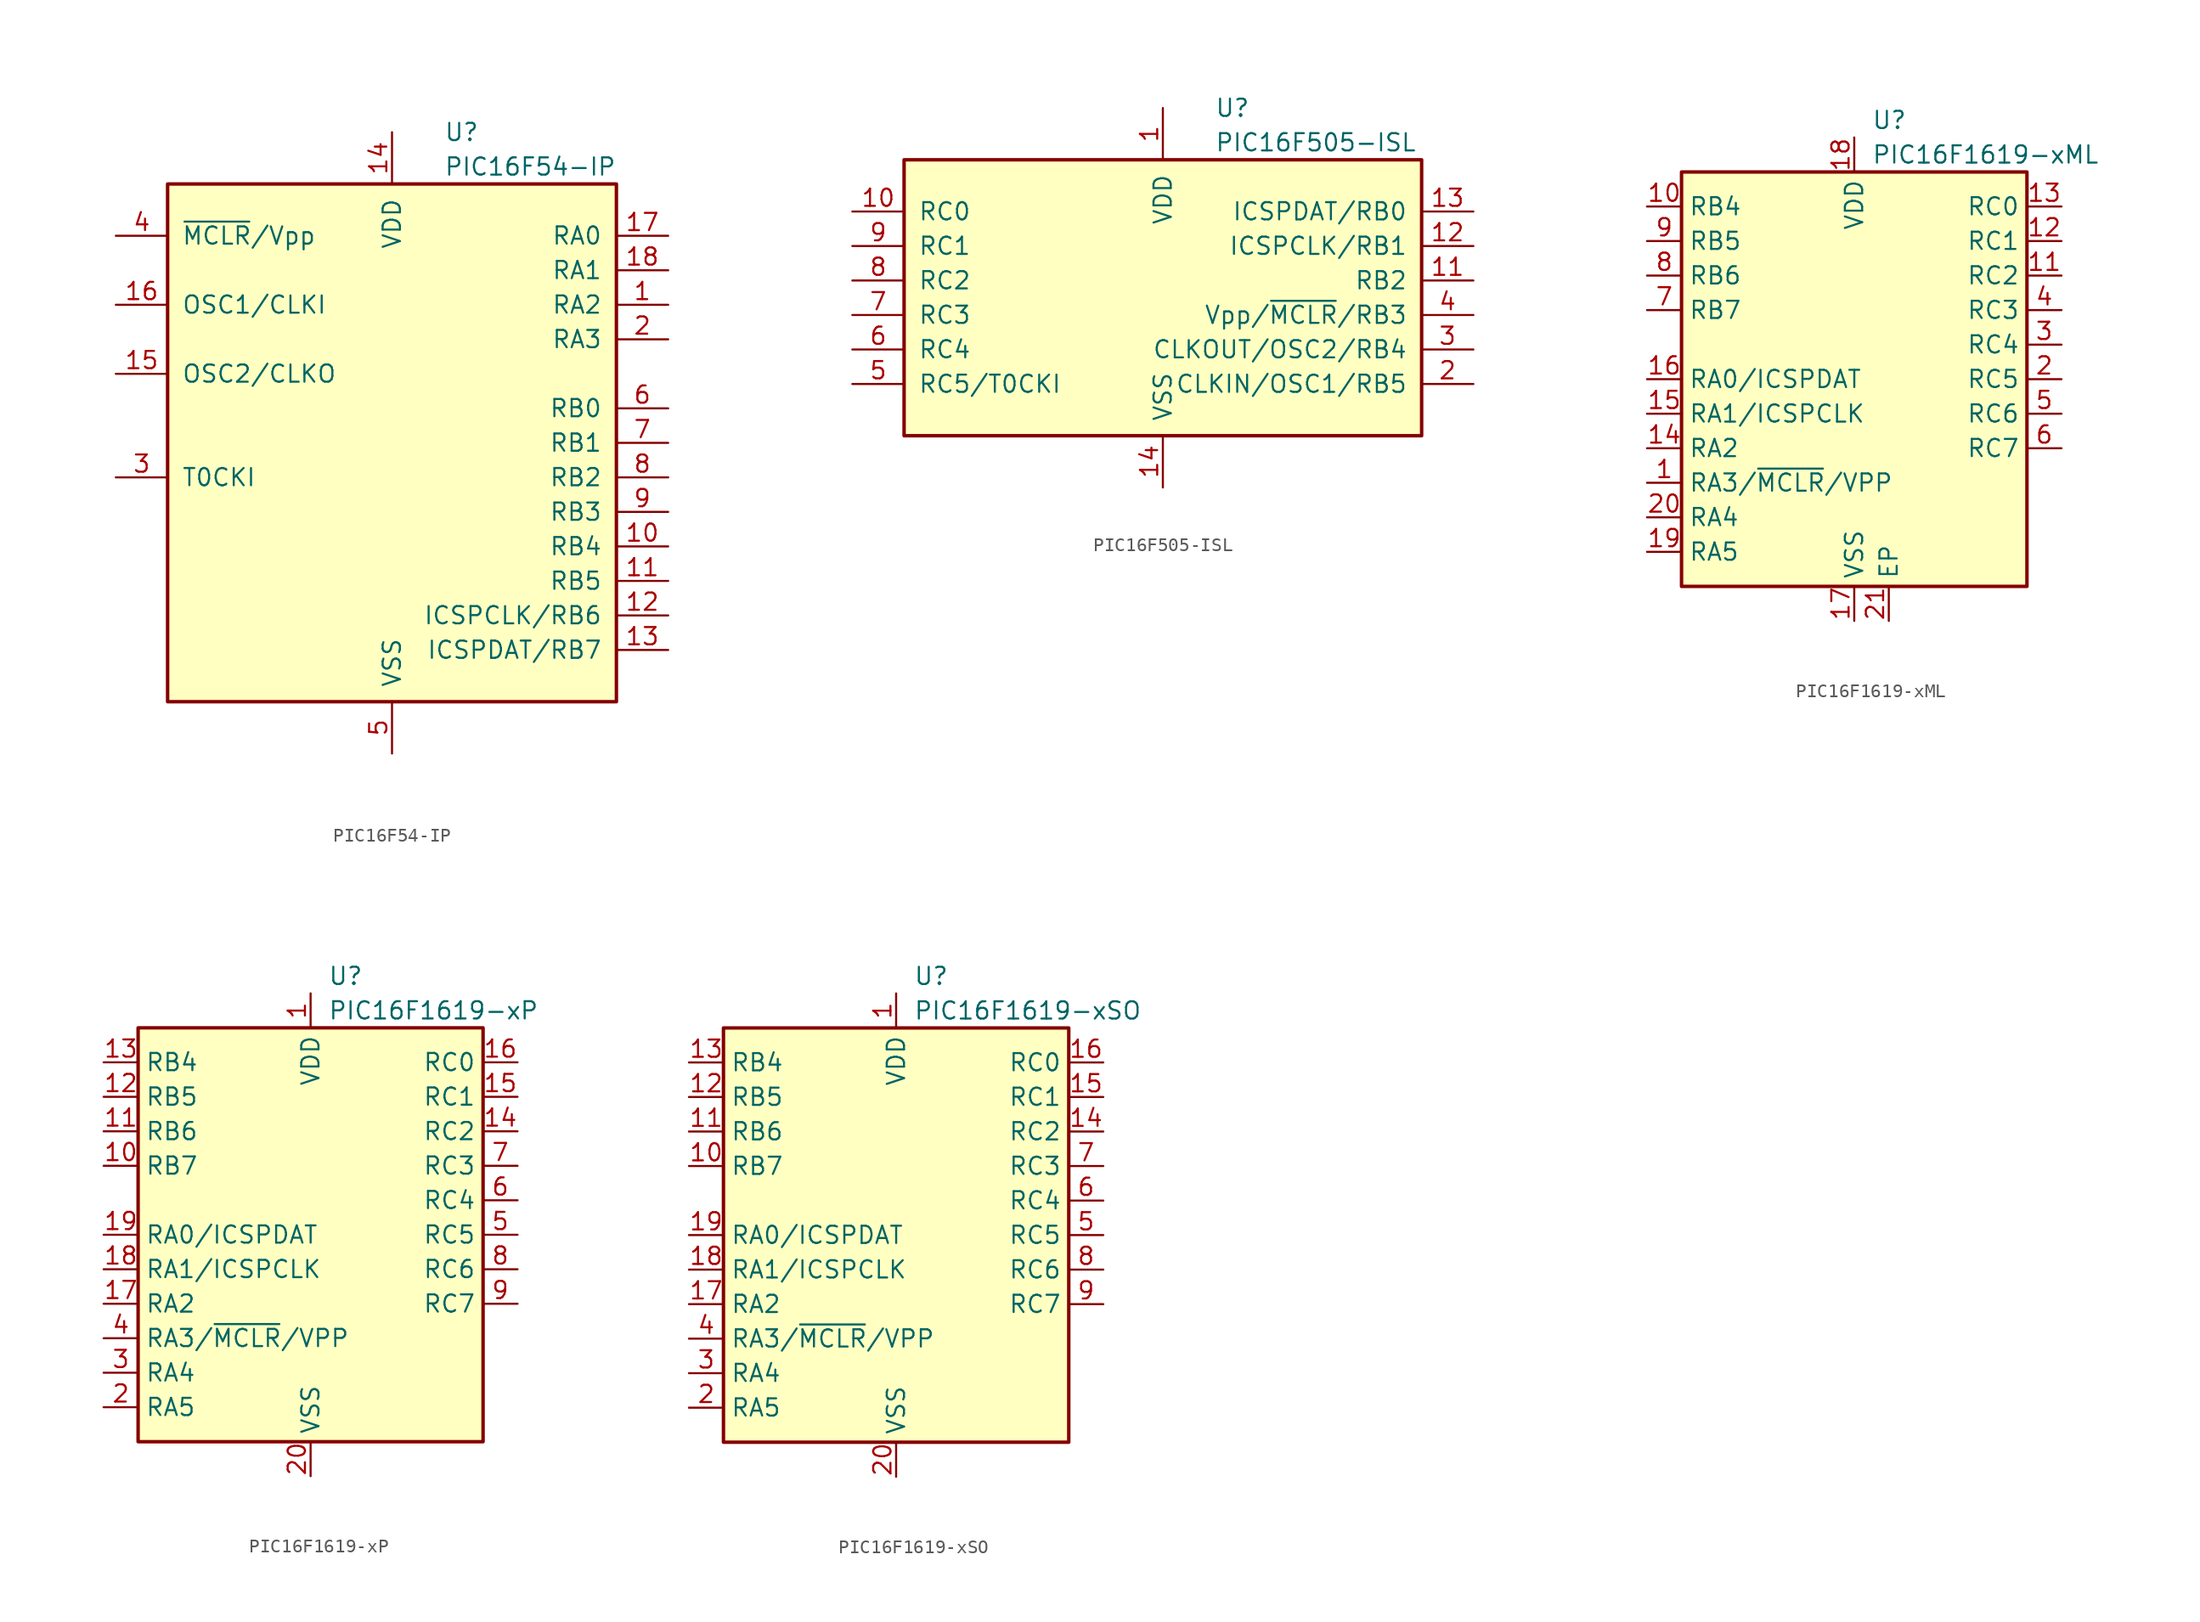
<source format=kicad_sym>
(kicad_symbol_lib
  (version 20220914)
  (generator kicad_symbol_editor)
  (symbol "PIC16F54-IP"
    (pin_names
      (offset 1.016))
    (property "Reference" "U"
      (at 3.81 22.86 0)
      (effects (font (size 1.27 1.27)) (justify left)))
    (property "Value" "PIC16F54-IP"
      (at 3.81 20.32 0)
      (effects (font (size 1.27 1.27)) (justify left)))
    (symbol "PIC16F54-IP_0_1"
      (rectangle (start -16.51 19.05) (end 16.51 -19.05) (stroke (width 0.254) (type default)) (fill (type background))))
    (symbol "PIC16F54-IP_1_1"
      (pin bidirectional line (at 20.32 10.16 180) (length 3.81) (name "RA2" (effects (font (size 1.27 1.27)))) (number "1" (effects (font (size 1.27 1.27)))))
      (pin bidirectional line (at 20.32 -7.62 180) (length 3.81) (name "RB4" (effects (font (size 1.27 1.27)))) (number "10" (effects (font (size 1.27 1.27)))))
      (pin bidirectional line (at 20.32 -10.16 180) (length 3.81) (name "RB5" (effects (font (size 1.27 1.27)))) (number "11" (effects (font (size 1.27 1.27)))))
      (pin bidirectional line (at 20.32 -12.7 180) (length 3.81) (name "ICSPCLK/RB6" (effects (font (size 1.27 1.27)))) (number "12" (effects (font (size 1.27 1.27)))))
      (pin bidirectional line (at 20.32 -15.24 180) (length 3.81) (name "ICSPDAT/RB7" (effects (font (size 1.27 1.27)))) (number "13" (effects (font (size 1.27 1.27)))))
      (pin power_in line (at 0 22.86 270) (length 3.81) (name "VDD" (effects (font (size 1.27 1.27)))) (number "14" (effects (font (size 1.27 1.27)))))
      (pin output line (at -20.32 5.08 0) (length 3.81) (name "OSC2/CLKO" (effects (font (size 1.27 1.27)))) (number "15" (effects (font (size 1.27 1.27)))))
      (pin input line (at -20.32 10.16 0) (length 3.81) (name "OSC1/CLKI" (effects (font (size 1.27 1.27)))) (number "16" (effects (font (size 1.27 1.27)))))
      (pin bidirectional line (at 20.32 15.24 180) (length 3.81) (name "RA0" (effects (font (size 1.27 1.27)))) (number "17" (effects (font (size 1.27 1.27)))))
      (pin bidirectional line (at 20.32 12.7 180) (length 3.81) (name "RA1" (effects (font (size 1.27 1.27)))) (number "18" (effects (font (size 1.27 1.27)))))
      (pin bidirectional line (at 20.32 7.62 180) (length 3.81) (name "RA3" (effects (font (size 1.27 1.27)))) (number "2" (effects (font (size 1.27 1.27)))))
      (pin input line (at -20.32 -2.54 0) (length 3.81) (name "T0CKI" (effects (font (size 1.27 1.27)))) (number "3" (effects (font (size 1.27 1.27)))))
      (pin input line (at -20.32 15.24 0) (length 3.81) (name "~{MCLR}/Vpp" (effects (font (size 1.27 1.27)))) (number "4" (effects (font (size 1.27 1.27)))))
      (pin power_in line (at 0 -22.86 90) (length 3.81) (name "VSS" (effects (font (size 1.27 1.27)))) (number "5" (effects (font (size 1.27 1.27)))))
      (pin bidirectional line (at 20.32 2.54 180) (length 3.81) (name "RB0" (effects (font (size 1.27 1.27)))) (number "6" (effects (font (size 1.27 1.27)))))
      (pin bidirectional line (at 20.32 0 180) (length 3.81) (name "RB1" (effects (font (size 1.27 1.27)))) (number "7" (effects (font (size 1.27 1.27)))))
      (pin bidirectional line (at 20.32 -2.54 180) (length 3.81) (name "RB2" (effects (font (size 1.27 1.27)))) (number "8" (effects (font (size 1.27 1.27)))))
      (pin bidirectional line (at 20.32 -5.08 180) (length 3.81) (name "RB3" (effects (font (size 1.27 1.27)))) (number "9" (effects (font (size 1.27 1.27)))))))
  (symbol "PIC16F505-ISL"
    (pin_names
      (offset 1.016))
    (property "Reference" "U"
      (at 3.81 12.7 0)
      (effects (font (size 1.27 1.27)) (justify left)))
    (property "Value" "PIC16F505-ISL"
      (at 3.81 10.16 0)
      (effects (font (size 1.27 1.27)) (justify left)))
    (symbol "PIC16F505-ISL_0_1"
      (rectangle (start -19.05 8.89) (end 19.05 -11.43) (stroke (width 0.254) (type default)) (fill (type background))))
    (symbol "PIC16F505-ISL_1_1"
      (pin power_in line (at 0 12.7 270) (length 3.81) (name "VDD" (effects (font (size 1.27 1.27)))) (number "1" (effects (font (size 1.27 1.27)))))
      (pin bidirectional line (at -22.86 5.08 0) (length 3.81) (name "RC0" (effects (font (size 1.27 1.27)))) (number "10" (effects (font (size 1.27 1.27)))))
      (pin bidirectional line (at 22.86 0 180) (length 3.81) (name "RB2" (effects (font (size 1.27 1.27)))) (number "11" (effects (font (size 1.27 1.27)))))
      (pin bidirectional line (at 22.86 2.54 180) (length 3.81) (name "ICSPCLK/RB1" (effects (font (size 1.27 1.27)))) (number "12" (effects (font (size 1.27 1.27)))))
      (pin bidirectional line (at 22.86 5.08 180) (length 3.81) (name "ICSPDAT/RB0" (effects (font (size 1.27 1.27)))) (number "13" (effects (font (size 1.27 1.27)))))
      (pin power_in line (at 0 -15.24 90) (length 3.81) (name "VSS" (effects (font (size 1.27 1.27)))) (number "14" (effects (font (size 1.27 1.27)))))
      (pin bidirectional line (at 22.86 -7.62 180) (length 3.81) (name "CLKIN/OSC1/RB5" (effects (font (size 1.27 1.27)))) (number "2" (effects (font (size 1.27 1.27)))))
      (pin bidirectional line (at 22.86 -5.08 180) (length 3.81) (name "CLKOUT/OSC2/RB4" (effects (font (size 1.27 1.27)))) (number "3" (effects (font (size 1.27 1.27)))))
      (pin input line (at 22.86 -2.54 180) (length 3.81) (name "Vpp/~{MCLR}/RB3" (effects (font (size 1.27 1.27)))) (number "4" (effects (font (size 1.27 1.27)))))
      (pin bidirectional line (at -22.86 -7.62 0) (length 3.81) (name "RC5/T0CKI" (effects (font (size 1.27 1.27)))) (number "5" (effects (font (size 1.27 1.27)))))
      (pin bidirectional line (at -22.86 -5.08 0) (length 3.81) (name "RC4" (effects (font (size 1.27 1.27)))) (number "6" (effects (font (size 1.27 1.27)))))
      (pin bidirectional line (at -22.86 -2.54 0) (length 3.81) (name "RC3" (effects (font (size 1.27 1.27)))) (number "7" (effects (font (size 1.27 1.27)))))
      (pin bidirectional line (at -22.86 0 0) (length 3.81) (name "RC2" (effects (font (size 1.27 1.27)))) (number "8" (effects (font (size 1.27 1.27)))))
      (pin bidirectional line (at -22.86 2.54 0) (length 3.81) (name "RC1" (effects (font (size 1.27 1.27)))) (number "9" (effects (font (size 1.27 1.27)))))))
  (symbol "PIC16F1619-xML"
    (property "Reference" "U"
      (at 1.27 19.05 0)
      (effects (font (size 1.27 1.27)) (justify left)))
    (property "Value" "PIC16F1619-xML"
      (at 1.27 16.51 0)
      (effects (font (size 1.27 1.27)) (justify left)))
    (symbol "PIC16F1619-xML_0_0"
      (pin passive line (at 2.54 -17.78 90) (length 2.54) (name "EP" (effects (font (size 1.27 1.27)))) (number "21" (effects (font (size 1.27 1.27))))))
    (symbol "PIC16F1619-xML_0_1"
      (rectangle (start -12.7 15.24) (end 12.7 -15.24) (stroke (width 0.254) (type default)) (fill (type background))))
    (symbol "PIC16F1619-xML_1_1"
      (pin bidirectional line (at -15.24 -7.62 0) (length 2.54) (name "RA3/~{MCLR}/VPP" (effects (font (size 1.27 1.27)))) (number "1" (effects (font (size 1.27 1.27)))))
      (pin bidirectional line (at -15.24 12.7 0) (length 2.54) (name "RB4" (effects (font (size 1.27 1.27)))) (number "10" (effects (font (size 1.27 1.27)))))
      (pin bidirectional line (at 15.24 7.62 180) (length 2.54) (name "RC2" (effects (font (size 1.27 1.27)))) (number "11" (effects (font (size 1.27 1.27)))))
      (pin bidirectional line (at 15.24 10.16 180) (length 2.54) (name "RC1" (effects (font (size 1.27 1.27)))) (number "12" (effects (font (size 1.27 1.27)))))
      (pin bidirectional line (at 15.24 12.7 180) (length 2.54) (name "RC0" (effects (font (size 1.27 1.27)))) (number "13" (effects (font (size 1.27 1.27)))))
      (pin bidirectional line (at -15.24 -5.08 0) (length 2.54) (name "RA2" (effects (font (size 1.27 1.27)))) (number "14" (effects (font (size 1.27 1.27)))))
      (pin bidirectional line (at -15.24 -2.54 0) (length 2.54) (name "RA1/ICSPCLK" (effects (font (size 1.27 1.27)))) (number "15" (effects (font (size 1.27 1.27)))))
      (pin bidirectional line (at -15.24 0 0) (length 2.54) (name "RA0/ICSPDAT" (effects (font (size 1.27 1.27)))) (number "16" (effects (font (size 1.27 1.27)))))
      (pin power_in line (at 0 -17.78 90) (length 2.54) (name "VSS" (effects (font (size 1.27 1.27)))) (number "17" (effects (font (size 1.27 1.27)))))
      (pin power_in line (at 0 17.78 270) (length 2.54) (name "VDD" (effects (font (size 1.27 1.27)))) (number "18" (effects (font (size 1.27 1.27)))))
      (pin bidirectional line (at -15.24 -12.7 0) (length 2.54) (name "RA5" (effects (font (size 1.27 1.27)))) (number "19" (effects (font (size 1.27 1.27)))))
      (pin bidirectional line (at 15.24 0 180) (length 2.54) (name "RC5" (effects (font (size 1.27 1.27)))) (number "2" (effects (font (size 1.27 1.27)))))
      (pin bidirectional line (at -15.24 -10.16 0) (length 2.54) (name "RA4" (effects (font (size 1.27 1.27)))) (number "20" (effects (font (size 1.27 1.27)))))
      (pin bidirectional line (at 15.24 2.54 180) (length 2.54) (name "RC4" (effects (font (size 1.27 1.27)))) (number "3" (effects (font (size 1.27 1.27)))))
      (pin bidirectional line (at 15.24 5.08 180) (length 2.54) (name "RC3" (effects (font (size 1.27 1.27)))) (number "4" (effects (font (size 1.27 1.27)))))
      (pin bidirectional line (at 15.24 -2.54 180) (length 2.54) (name "RC6" (effects (font (size 1.27 1.27)))) (number "5" (effects (font (size 1.27 1.27)))))
      (pin bidirectional line (at 15.24 -5.08 180) (length 2.54) (name "RC7" (effects (font (size 1.27 1.27)))) (number "6" (effects (font (size 1.27 1.27)))))
      (pin bidirectional line (at -15.24 5.08 0) (length 2.54) (name "RB7" (effects (font (size 1.27 1.27)))) (number "7" (effects (font (size 1.27 1.27)))))
      (pin bidirectional line (at -15.24 7.62 0) (length 2.54) (name "RB6" (effects (font (size 1.27 1.27)))) (number "8" (effects (font (size 1.27 1.27)))))
      (pin bidirectional line (at -15.24 10.16 0) (length 2.54) (name "RB5" (effects (font (size 1.27 1.27)))) (number "9" (effects (font (size 1.27 1.27)))))))
  (symbol "PIC16F1619-xP"
    (property "Reference" "U"
      (at 1.27 19.05 0)
      (effects (font (size 1.27 1.27)) (justify left)))
    (property "Value" "PIC16F1619-xP"
      (at 1.27 16.51 0)
      (effects (font (size 1.27 1.27)) (justify left)))
    (symbol "PIC16F1619-xP_0_1"
      (rectangle (start -12.7 15.24) (end 12.7 -15.24) (stroke (width 0.254) (type default)) (fill (type background))))
    (symbol "PIC16F1619-xP_1_1"
      (pin power_in line (at 0 17.78 270) (length 2.54) (name "VDD" (effects (font (size 1.27 1.27)))) (number "1" (effects (font (size 1.27 1.27)))))
      (pin bidirectional line (at -15.24 5.08 0) (length 2.54) (name "RB7" (effects (font (size 1.27 1.27)))) (number "10" (effects (font (size 1.27 1.27)))))
      (pin bidirectional line (at -15.24 7.62 0) (length 2.54) (name "RB6" (effects (font (size 1.27 1.27)))) (number "11" (effects (font (size 1.27 1.27)))))
      (pin bidirectional line (at -15.24 10.16 0) (length 2.54) (name "RB5" (effects (font (size 1.27 1.27)))) (number "12" (effects (font (size 1.27 1.27)))))
      (pin bidirectional line (at -15.24 12.7 0) (length 2.54) (name "RB4" (effects (font (size 1.27 1.27)))) (number "13" (effects (font (size 1.27 1.27)))))
      (pin bidirectional line (at 15.24 7.62 180) (length 2.54) (name "RC2" (effects (font (size 1.27 1.27)))) (number "14" (effects (font (size 1.27 1.27)))))
      (pin bidirectional line (at 15.24 10.16 180) (length 2.54) (name "RC1" (effects (font (size 1.27 1.27)))) (number "15" (effects (font (size 1.27 1.27)))))
      (pin bidirectional line (at 15.24 12.7 180) (length 2.54) (name "RC0" (effects (font (size 1.27 1.27)))) (number "16" (effects (font (size 1.27 1.27)))))
      (pin bidirectional line (at -15.24 -5.08 0) (length 2.54) (name "RA2" (effects (font (size 1.27 1.27)))) (number "17" (effects (font (size 1.27 1.27)))))
      (pin bidirectional line (at -15.24 -2.54 0) (length 2.54) (name "RA1/ICSPCLK" (effects (font (size 1.27 1.27)))) (number "18" (effects (font (size 1.27 1.27)))))
      (pin bidirectional line (at -15.24 0 0) (length 2.54) (name "RA0/ICSPDAT" (effects (font (size 1.27 1.27)))) (number "19" (effects (font (size 1.27 1.27)))))
      (pin bidirectional line (at -15.24 -12.7 0) (length 2.54) (name "RA5" (effects (font (size 1.27 1.27)))) (number "2" (effects (font (size 1.27 1.27)))))
      (pin power_in line (at 0 -17.78 90) (length 2.54) (name "VSS" (effects (font (size 1.27 1.27)))) (number "20" (effects (font (size 1.27 1.27)))))
      (pin bidirectional line (at -15.24 -10.16 0) (length 2.54) (name "RA4" (effects (font (size 1.27 1.27)))) (number "3" (effects (font (size 1.27 1.27)))))
      (pin bidirectional line (at -15.24 -7.62 0) (length 2.54) (name "RA3/~{MCLR}/VPP" (effects (font (size 1.27 1.27)))) (number "4" (effects (font (size 1.27 1.27)))))
      (pin bidirectional line (at 15.24 0 180) (length 2.54) (name "RC5" (effects (font (size 1.27 1.27)))) (number "5" (effects (font (size 1.27 1.27)))))
      (pin bidirectional line (at 15.24 2.54 180) (length 2.54) (name "RC4" (effects (font (size 1.27 1.27)))) (number "6" (effects (font (size 1.27 1.27)))))
      (pin bidirectional line (at 15.24 5.08 180) (length 2.54) (name "RC3" (effects (font (size 1.27 1.27)))) (number "7" (effects (font (size 1.27 1.27)))))
      (pin bidirectional line (at 15.24 -2.54 180) (length 2.54) (name "RC6" (effects (font (size 1.27 1.27)))) (number "8" (effects (font (size 1.27 1.27)))))
      (pin bidirectional line (at 15.24 -5.08 180) (length 2.54) (name "RC7" (effects (font (size 1.27 1.27)))) (number "9" (effects (font (size 1.27 1.27)))))))
  (symbol "PIC16F1619-xSO"
    (property "Reference" "U"
      (at 1.27 19.05 0)
      (effects (font (size 1.27 1.27)) (justify left)))
    (property "Value" "PIC16F1619-xSO"
      (at 1.27 16.51 0)
      (effects (font (size 1.27 1.27)) (justify left)))
    (symbol "PIC16F1619-xSO_0_1"
      (rectangle (start -12.7 15.24) (end 12.7 -15.24) (stroke (width 0.254) (type default)) (fill (type background))))
    (symbol "PIC16F1619-xSO_1_1"
      (pin power_in line (at 0 17.78 270) (length 2.54) (name "VDD" (effects (font (size 1.27 1.27)))) (number "1" (effects (font (size 1.27 1.27)))))
      (pin bidirectional line (at -15.24 5.08 0) (length 2.54) (name "RB7" (effects (font (size 1.27 1.27)))) (number "10" (effects (font (size 1.27 1.27)))))
      (pin bidirectional line (at -15.24 7.62 0) (length 2.54) (name "RB6" (effects (font (size 1.27 1.27)))) (number "11" (effects (font (size 1.27 1.27)))))
      (pin bidirectional line (at -15.24 10.16 0) (length 2.54) (name "RB5" (effects (font (size 1.27 1.27)))) (number "12" (effects (font (size 1.27 1.27)))))
      (pin bidirectional line (at -15.24 12.7 0) (length 2.54) (name "RB4" (effects (font (size 1.27 1.27)))) (number "13" (effects (font (size 1.27 1.27)))))
      (pin bidirectional line (at 15.24 7.62 180) (length 2.54) (name "RC2" (effects (font (size 1.27 1.27)))) (number "14" (effects (font (size 1.27 1.27)))))
      (pin bidirectional line (at 15.24 10.16 180) (length 2.54) (name "RC1" (effects (font (size 1.27 1.27)))) (number "15" (effects (font (size 1.27 1.27)))))
      (pin bidirectional line (at 15.24 12.7 180) (length 2.54) (name "RC0" (effects (font (size 1.27 1.27)))) (number "16" (effects (font (size 1.27 1.27)))))
      (pin bidirectional line (at -15.24 -5.08 0) (length 2.54) (name "RA2" (effects (font (size 1.27 1.27)))) (number "17" (effects (font (size 1.27 1.27)))))
      (pin bidirectional line (at -15.24 -2.54 0) (length 2.54) (name "RA1/ICSPCLK" (effects (font (size 1.27 1.27)))) (number "18" (effects (font (size 1.27 1.27)))))
      (pin bidirectional line (at -15.24 0 0) (length 2.54) (name "RA0/ICSPDAT" (effects (font (size 1.27 1.27)))) (number "19" (effects (font (size 1.27 1.27)))))
      (pin bidirectional line (at -15.24 -12.7 0) (length 2.54) (name "RA5" (effects (font (size 1.27 1.27)))) (number "2" (effects (font (size 1.27 1.27)))))
      (pin power_in line (at 0 -17.78 90) (length 2.54) (name "VSS" (effects (font (size 1.27 1.27)))) (number "20" (effects (font (size 1.27 1.27)))))
      (pin bidirectional line (at -15.24 -10.16 0) (length 2.54) (name "RA4" (effects (font (size 1.27 1.27)))) (number "3" (effects (font (size 1.27 1.27)))))
      (pin bidirectional line (at -15.24 -7.62 0) (length 2.54) (name "RA3/~{MCLR}/VPP" (effects (font (size 1.27 1.27)))) (number "4" (effects (font (size 1.27 1.27)))))
      (pin bidirectional line (at 15.24 0 180) (length 2.54) (name "RC5" (effects (font (size 1.27 1.27)))) (number "5" (effects (font (size 1.27 1.27)))))
      (pin bidirectional line (at 15.24 2.54 180) (length 2.54) (name "RC4" (effects (font (size 1.27 1.27)))) (number "6" (effects (font (size 1.27 1.27)))))
      (pin bidirectional line (at 15.24 5.08 180) (length 2.54) (name "RC3" (effects (font (size 1.27 1.27)))) (number "7" (effects (font (size 1.27 1.27)))))
      (pin bidirectional line (at 15.24 -2.54 180) (length 2.54) (name "RC6" (effects (font (size 1.27 1.27)))) (number "8" (effects (font (size 1.27 1.27)))))
      (pin bidirectional line (at 15.24 -5.08 180) (length 2.54) (name "RC7" (effects (font (size 1.27 1.27)))) (number "9" (effects (font (size 1.27 1.27))))))))
</source>
